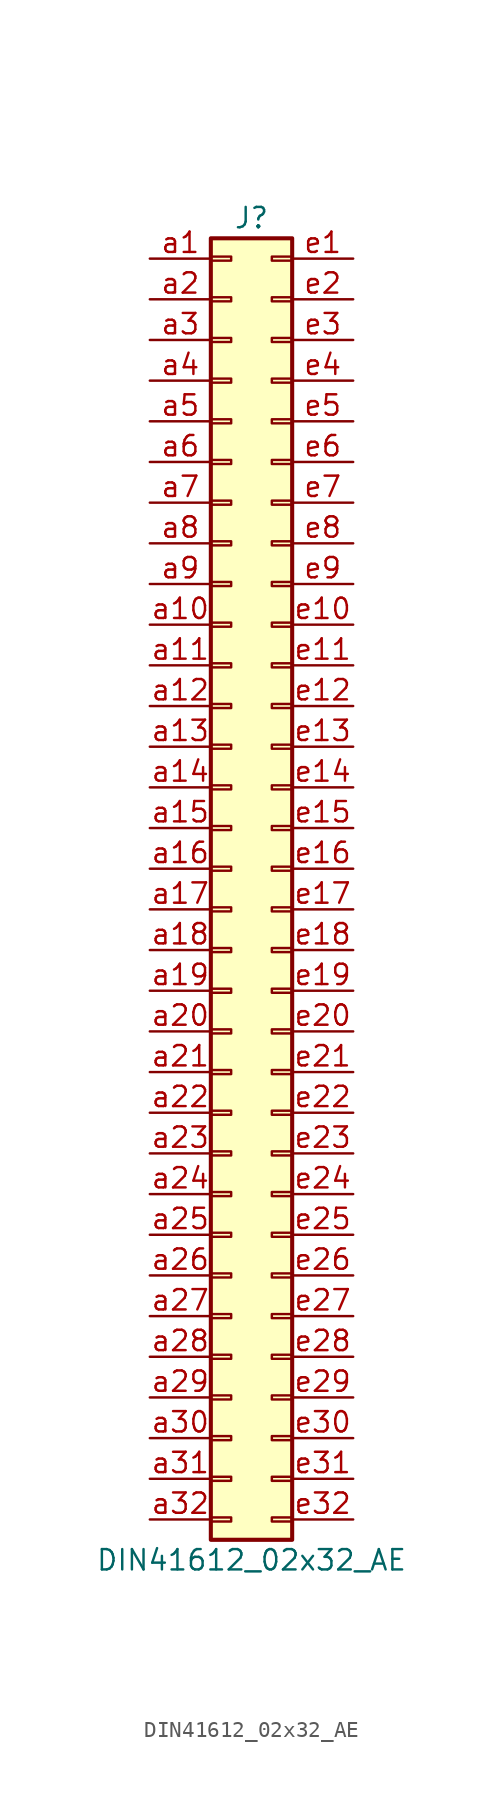
<source format=kicad_sym>
(kicad_symbol_lib
  (version 20211014)
  (generator kicad_symbol_editor)
  (symbol "DIN41612_02x32_AE"
    (pin_names
      (offset 1.016) hide)
    (property "Reference" "J"
      (at 1.27 40.64 0)
      (effects (font (size 1.27 1.27))))
    (property "Value" "DIN41612_02x32_AE"
      (at 1.27 -43.18 0)
      (effects (font (size 1.27 1.27))))
    (symbol "DIN41612_02x32_AE_1_1"
      (rectangle (start -1.27 -40.513) (end 0 -40.767) (stroke (width 0.152) (type default) (color 0 0 0 0)) (fill (type none)))
      (rectangle (start -1.27 -37.973) (end 0 -38.227) (stroke (width 0.152) (type default) (color 0 0 0 0)) (fill (type none)))
      (rectangle (start -1.27 -35.433) (end 0 -35.687) (stroke (width 0.152) (type default) (color 0 0 0 0)) (fill (type none)))
      (rectangle (start -1.27 -32.893) (end 0 -33.147) (stroke (width 0.152) (type default) (color 0 0 0 0)) (fill (type none)))
      (rectangle (start -1.27 -30.353) (end 0 -30.607) (stroke (width 0.152) (type default) (color 0 0 0 0)) (fill (type none)))
      (rectangle (start -1.27 -27.813) (end 0 -28.067) (stroke (width 0.152) (type default) (color 0 0 0 0)) (fill (type none)))
      (rectangle (start -1.27 -25.273) (end 0 -25.527) (stroke (width 0.152) (type default) (color 0 0 0 0)) (fill (type none)))
      (rectangle (start -1.27 -22.733) (end 0 -22.987) (stroke (width 0.152) (type default) (color 0 0 0 0)) (fill (type none)))
      (rectangle (start -1.27 -20.193) (end 0 -20.447) (stroke (width 0.152) (type default) (color 0 0 0 0)) (fill (type none)))
      (rectangle (start -1.27 -17.653) (end 0 -17.907) (stroke (width 0.152) (type default) (color 0 0 0 0)) (fill (type none)))
      (rectangle (start -1.27 -15.113) (end 0 -15.367) (stroke (width 0.152) (type default) (color 0 0 0 0)) (fill (type none)))
      (rectangle (start -1.27 -12.573) (end 0 -12.827) (stroke (width 0.152) (type default) (color 0 0 0 0)) (fill (type none)))
      (rectangle (start -1.27 -10.033) (end 0 -10.287) (stroke (width 0.152) (type default) (color 0 0 0 0)) (fill (type none)))
      (rectangle (start -1.27 -7.493) (end 0 -7.747) (stroke (width 0.152) (type default) (color 0 0 0 0)) (fill (type none)))
      (rectangle (start -1.27 -4.953) (end 0 -5.207) (stroke (width 0.152) (type default) (color 0 0 0 0)) (fill (type none)))
      (rectangle (start -1.27 -2.413) (end 0 -2.667) (stroke (width 0.152) (type default) (color 0 0 0 0)) (fill (type none)))
      (rectangle (start -1.27 0.127) (end 0 -0.127) (stroke (width 0.152) (type default) (color 0 0 0 0)) (fill (type none)))
      (rectangle (start -1.27 2.667) (end 0 2.413) (stroke (width 0.152) (type default) (color 0 0 0 0)) (fill (type none)))
      (rectangle (start -1.27 5.207) (end 0 4.953) (stroke (width 0.152) (type default) (color 0 0 0 0)) (fill (type none)))
      (rectangle (start -1.27 7.747) (end 0 7.493) (stroke (width 0.152) (type default) (color 0 0 0 0)) (fill (type none)))
      (rectangle (start -1.27 10.287) (end 0 10.033) (stroke (width 0.152) (type default) (color 0 0 0 0)) (fill (type none)))
      (rectangle (start -1.27 12.827) (end 0 12.573) (stroke (width 0.152) (type default) (color 0 0 0 0)) (fill (type none)))
      (rectangle (start -1.27 15.367) (end 0 15.113) (stroke (width 0.152) (type default) (color 0 0 0 0)) (fill (type none)))
      (rectangle (start -1.27 17.907) (end 0 17.653) (stroke (width 0.152) (type default) (color 0 0 0 0)) (fill (type none)))
      (rectangle (start -1.27 20.447) (end 0 20.193) (stroke (width 0.152) (type default) (color 0 0 0 0)) (fill (type none)))
      (rectangle (start -1.27 22.987) (end 0 22.733) (stroke (width 0.152) (type default) (color 0 0 0 0)) (fill (type none)))
      (rectangle (start -1.27 25.527) (end 0 25.273) (stroke (width 0.152) (type default) (color 0 0 0 0)) (fill (type none)))
      (rectangle (start -1.27 28.067) (end 0 27.813) (stroke (width 0.152) (type default) (color 0 0 0 0)) (fill (type none)))
      (rectangle (start -1.27 30.607) (end 0 30.353) (stroke (width 0.152) (type default) (color 0 0 0 0)) (fill (type none)))
      (rectangle (start -1.27 33.147) (end 0 32.893) (stroke (width 0.152) (type default) (color 0 0 0 0)) (fill (type none)))
      (rectangle (start -1.27 35.687) (end 0 35.433) (stroke (width 0.152) (type default) (color 0 0 0 0)) (fill (type none)))
      (rectangle (start -1.27 38.227) (end 0 37.973) (stroke (width 0.152) (type default) (color 0 0 0 0)) (fill (type none)))
      (rectangle (start -1.27 39.37) (end 3.81 -41.91) (stroke (width 0.254) (type default) (color 0 0 0 0)) (fill (type background)))
      (rectangle (start 3.81 -40.513) (end 2.54 -40.767) (stroke (width 0.152) (type default) (color 0 0 0 0)) (fill (type none)))
      (rectangle (start 3.81 -37.973) (end 2.54 -38.227) (stroke (width 0.152) (type default) (color 0 0 0 0)) (fill (type none)))
      (rectangle (start 3.81 -35.433) (end 2.54 -35.687) (stroke (width 0.152) (type default) (color 0 0 0 0)) (fill (type none)))
      (rectangle (start 3.81 -32.893) (end 2.54 -33.147) (stroke (width 0.152) (type default) (color 0 0 0 0)) (fill (type none)))
      (rectangle (start 3.81 -30.353) (end 2.54 -30.607) (stroke (width 0.152) (type default) (color 0 0 0 0)) (fill (type none)))
      (rectangle (start 3.81 -27.813) (end 2.54 -28.067) (stroke (width 0.152) (type default) (color 0 0 0 0)) (fill (type none)))
      (rectangle (start 3.81 -25.273) (end 2.54 -25.527) (stroke (width 0.152) (type default) (color 0 0 0 0)) (fill (type none)))
      (rectangle (start 3.81 -22.733) (end 2.54 -22.987) (stroke (width 0.152) (type default) (color 0 0 0 0)) (fill (type none)))
      (rectangle (start 3.81 -20.193) (end 2.54 -20.447) (stroke (width 0.152) (type default) (color 0 0 0 0)) (fill (type none)))
      (rectangle (start 3.81 -17.653) (end 2.54 -17.907) (stroke (width 0.152) (type default) (color 0 0 0 0)) (fill (type none)))
      (rectangle (start 3.81 -15.113) (end 2.54 -15.367) (stroke (width 0.152) (type default) (color 0 0 0 0)) (fill (type none)))
      (rectangle (start 3.81 -12.573) (end 2.54 -12.827) (stroke (width 0.152) (type default) (color 0 0 0 0)) (fill (type none)))
      (rectangle (start 3.81 -10.033) (end 2.54 -10.287) (stroke (width 0.152) (type default) (color 0 0 0 0)) (fill (type none)))
      (rectangle (start 3.81 -7.493) (end 2.54 -7.747) (stroke (width 0.152) (type default) (color 0 0 0 0)) (fill (type none)))
      (rectangle (start 3.81 -4.953) (end 2.54 -5.207) (stroke (width 0.152) (type default) (color 0 0 0 0)) (fill (type none)))
      (rectangle (start 3.81 -2.413) (end 2.54 -2.667) (stroke (width 0.152) (type default) (color 0 0 0 0)) (fill (type none)))
      (rectangle (start 3.81 0.127) (end 2.54 -0.127) (stroke (width 0.152) (type default) (color 0 0 0 0)) (fill (type none)))
      (rectangle (start 3.81 2.667) (end 2.54 2.413) (stroke (width 0.152) (type default) (color 0 0 0 0)) (fill (type none)))
      (rectangle (start 3.81 5.207) (end 2.54 4.953) (stroke (width 0.152) (type default) (color 0 0 0 0)) (fill (type none)))
      (rectangle (start 3.81 7.747) (end 2.54 7.493) (stroke (width 0.152) (type default) (color 0 0 0 0)) (fill (type none)))
      (rectangle (start 3.81 10.287) (end 2.54 10.033) (stroke (width 0.152) (type default) (color 0 0 0 0)) (fill (type none)))
      (rectangle (start 3.81 12.827) (end 2.54 12.573) (stroke (width 0.152) (type default) (color 0 0 0 0)) (fill (type none)))
      (rectangle (start 3.81 15.367) (end 2.54 15.113) (stroke (width 0.152) (type default) (color 0 0 0 0)) (fill (type none)))
      (rectangle (start 3.81 17.907) (end 2.54 17.653) (stroke (width 0.152) (type default) (color 0 0 0 0)) (fill (type none)))
      (rectangle (start 3.81 20.447) (end 2.54 20.193) (stroke (width 0.152) (type default) (color 0 0 0 0)) (fill (type none)))
      (rectangle (start 3.81 22.987) (end 2.54 22.733) (stroke (width 0.152) (type default) (color 0 0 0 0)) (fill (type none)))
      (rectangle (start 3.81 25.527) (end 2.54 25.273) (stroke (width 0.152) (type default) (color 0 0 0 0)) (fill (type none)))
      (rectangle (start 3.81 28.067) (end 2.54 27.813) (stroke (width 0.152) (type default) (color 0 0 0 0)) (fill (type none)))
      (rectangle (start 3.81 30.607) (end 2.54 30.353) (stroke (width 0.152) (type default) (color 0 0 0 0)) (fill (type none)))
      (rectangle (start 3.81 33.147) (end 2.54 32.893) (stroke (width 0.152) (type default) (color 0 0 0 0)) (fill (type none)))
      (rectangle (start 3.81 35.687) (end 2.54 35.433) (stroke (width 0.152) (type default) (color 0 0 0 0)) (fill (type none)))
      (rectangle (start 3.81 38.227) (end 2.54 37.973) (stroke (width 0.152) (type default) (color 0 0 0 0)) (fill (type none)))
      (pin passive line (at -5.08 38.1 0) (length 3.81) (name "Pin_a1" (effects (font (size 1.27 1.27)))) (number "a1" (effects (font (size 1.27 1.27)))))
      (pin passive line (at -5.08 15.24 0) (length 3.81) (name "Pin_a10" (effects (font (size 1.27 1.27)))) (number "a10" (effects (font (size 1.27 1.27)))))
      (pin passive line (at -5.08 12.7 0) (length 3.81) (name "Pin_a11" (effects (font (size 1.27 1.27)))) (number "a11" (effects (font (size 1.27 1.27)))))
      (pin passive line (at -5.08 10.16 0) (length 3.81) (name "Pin_a12" (effects (font (size 1.27 1.27)))) (number "a12" (effects (font (size 1.27 1.27)))))
      (pin passive line (at -5.08 7.62 0) (length 3.81) (name "Pin_a13" (effects (font (size 1.27 1.27)))) (number "a13" (effects (font (size 1.27 1.27)))))
      (pin passive line (at -5.08 5.08 0) (length 3.81) (name "Pin_a14" (effects (font (size 1.27 1.27)))) (number "a14" (effects (font (size 1.27 1.27)))))
      (pin passive line (at -5.08 2.54 0) (length 3.81) (name "Pin_a15" (effects (font (size 1.27 1.27)))) (number "a15" (effects (font (size 1.27 1.27)))))
      (pin passive line (at -5.08 0 0) (length 3.81) (name "Pin_a16" (effects (font (size 1.27 1.27)))) (number "a16" (effects (font (size 1.27 1.27)))))
      (pin passive line (at -5.08 -2.54 0) (length 3.81) (name "Pin_a17" (effects (font (size 1.27 1.27)))) (number "a17" (effects (font (size 1.27 1.27)))))
      (pin passive line (at -5.08 -5.08 0) (length 3.81) (name "Pin_a18" (effects (font (size 1.27 1.27)))) (number "a18" (effects (font (size 1.27 1.27)))))
      (pin passive line (at -5.08 -7.62 0) (length 3.81) (name "Pin_a19" (effects (font (size 1.27 1.27)))) (number "a19" (effects (font (size 1.27 1.27)))))
      (pin passive line (at -5.08 35.56 0) (length 3.81) (name "Pin_a2" (effects (font (size 1.27 1.27)))) (number "a2" (effects (font (size 1.27 1.27)))))
      (pin passive line (at -5.08 -10.16 0) (length 3.81) (name "Pin_a20" (effects (font (size 1.27 1.27)))) (number "a20" (effects (font (size 1.27 1.27)))))
      (pin passive line (at -5.08 -12.7 0) (length 3.81) (name "Pin_a21" (effects (font (size 1.27 1.27)))) (number "a21" (effects (font (size 1.27 1.27)))))
      (pin passive line (at -5.08 -15.24 0) (length 3.81) (name "Pin_a22" (effects (font (size 1.27 1.27)))) (number "a22" (effects (font (size 1.27 1.27)))))
      (pin passive line (at -5.08 -17.78 0) (length 3.81) (name "Pin_a23" (effects (font (size 1.27 1.27)))) (number "a23" (effects (font (size 1.27 1.27)))))
      (pin passive line (at -5.08 -20.32 0) (length 3.81) (name "Pin_a24" (effects (font (size 1.27 1.27)))) (number "a24" (effects (font (size 1.27 1.27)))))
      (pin passive line (at -5.08 -22.86 0) (length 3.81) (name "Pin_a25" (effects (font (size 1.27 1.27)))) (number "a25" (effects (font (size 1.27 1.27)))))
      (pin passive line (at -5.08 -25.4 0) (length 3.81) (name "Pin_a26" (effects (font (size 1.27 1.27)))) (number "a26" (effects (font (size 1.27 1.27)))))
      (pin passive line (at -5.08 -27.94 0) (length 3.81) (name "Pin_a27" (effects (font (size 1.27 1.27)))) (number "a27" (effects (font (size 1.27 1.27)))))
      (pin passive line (at -5.08 -30.48 0) (length 3.81) (name "Pin_a28" (effects (font (size 1.27 1.27)))) (number "a28" (effects (font (size 1.27 1.27)))))
      (pin passive line (at -5.08 -33.02 0) (length 3.81) (name "Pin_a29" (effects (font (size 1.27 1.27)))) (number "a29" (effects (font (size 1.27 1.27)))))
      (pin passive line (at -5.08 33.02 0) (length 3.81) (name "Pin_a3" (effects (font (size 1.27 1.27)))) (number "a3" (effects (font (size 1.27 1.27)))))
      (pin passive line (at -5.08 -35.56 0) (length 3.81) (name "Pin_a30" (effects (font (size 1.27 1.27)))) (number "a30" (effects (font (size 1.27 1.27)))))
      (pin passive line (at -5.08 -38.1 0) (length 3.81) (name "Pin_a31" (effects (font (size 1.27 1.27)))) (number "a31" (effects (font (size 1.27 1.27)))))
      (pin passive line (at -5.08 -40.64 0) (length 3.81) (name "Pin_a32" (effects (font (size 1.27 1.27)))) (number "a32" (effects (font (size 1.27 1.27)))))
      (pin passive line (at -5.08 30.48 0) (length 3.81) (name "Pin_a4" (effects (font (size 1.27 1.27)))) (number "a4" (effects (font (size 1.27 1.27)))))
      (pin passive line (at -5.08 27.94 0) (length 3.81) (name "Pin_a5" (effects (font (size 1.27 1.27)))) (number "a5" (effects (font (size 1.27 1.27)))))
      (pin passive line (at -5.08 25.4 0) (length 3.81) (name "Pin_a6" (effects (font (size 1.27 1.27)))) (number "a6" (effects (font (size 1.27 1.27)))))
      (pin passive line (at -5.08 22.86 0) (length 3.81) (name "Pin_a7" (effects (font (size 1.27 1.27)))) (number "a7" (effects (font (size 1.27 1.27)))))
      (pin passive line (at -5.08 20.32 0) (length 3.81) (name "Pin_a8" (effects (font (size 1.27 1.27)))) (number "a8" (effects (font (size 1.27 1.27)))))
      (pin passive line (at -5.08 17.78 0) (length 3.81) (name "Pin_a9" (effects (font (size 1.27 1.27)))) (number "a9" (effects (font (size 1.27 1.27)))))
      (pin passive line (at 7.62 38.1 180) (length 3.81) (name "Pin_e1" (effects (font (size 1.27 1.27)))) (number "e1" (effects (font (size 1.27 1.27)))))
      (pin passive line (at 7.62 15.24 180) (length 3.81) (name "Pin_e10" (effects (font (size 1.27 1.27)))) (number "e10" (effects (font (size 1.27 1.27)))))
      (pin passive line (at 7.62 12.7 180) (length 3.81) (name "Pin_e11" (effects (font (size 1.27 1.27)))) (number "e11" (effects (font (size 1.27 1.27)))))
      (pin passive line (at 7.62 10.16 180) (length 3.81) (name "Pin_e12" (effects (font (size 1.27 1.27)))) (number "e12" (effects (font (size 1.27 1.27)))))
      (pin passive line (at 7.62 7.62 180) (length 3.81) (name "Pin_e13" (effects (font (size 1.27 1.27)))) (number "e13" (effects (font (size 1.27 1.27)))))
      (pin passive line (at 7.62 5.08 180) (length 3.81) (name "Pin_e14" (effects (font (size 1.27 1.27)))) (number "e14" (effects (font (size 1.27 1.27)))))
      (pin passive line (at 7.62 2.54 180) (length 3.81) (name "Pin_e15" (effects (font (size 1.27 1.27)))) (number "e15" (effects (font (size 1.27 1.27)))))
      (pin passive line (at 7.62 0 180) (length 3.81) (name "Pin_e16" (effects (font (size 1.27 1.27)))) (number "e16" (effects (font (size 1.27 1.27)))))
      (pin passive line (at 7.62 -2.54 180) (length 3.81) (name "Pin_e17" (effects (font (size 1.27 1.27)))) (number "e17" (effects (font (size 1.27 1.27)))))
      (pin passive line (at 7.62 -5.08 180) (length 3.81) (name "Pin_e18" (effects (font (size 1.27 1.27)))) (number "e18" (effects (font (size 1.27 1.27)))))
      (pin passive line (at 7.62 -7.62 180) (length 3.81) (name "Pin_e19" (effects (font (size 1.27 1.27)))) (number "e19" (effects (font (size 1.27 1.27)))))
      (pin passive line (at 7.62 35.56 180) (length 3.81) (name "Pin_e2" (effects (font (size 1.27 1.27)))) (number "e2" (effects (font (size 1.27 1.27)))))
      (pin passive line (at 7.62 -10.16 180) (length 3.81) (name "Pin_e20" (effects (font (size 1.27 1.27)))) (number "e20" (effects (font (size 1.27 1.27)))))
      (pin passive line (at 7.62 -12.7 180) (length 3.81) (name "Pin_e21" (effects (font (size 1.27 1.27)))) (number "e21" (effects (font (size 1.27 1.27)))))
      (pin passive line (at 7.62 -15.24 180) (length 3.81) (name "Pin_e22" (effects (font (size 1.27 1.27)))) (number "e22" (effects (font (size 1.27 1.27)))))
      (pin passive line (at 7.62 -17.78 180) (length 3.81) (name "Pin_e23" (effects (font (size 1.27 1.27)))) (number "e23" (effects (font (size 1.27 1.27)))))
      (pin passive line (at 7.62 -20.32 180) (length 3.81) (name "Pin_e24" (effects (font (size 1.27 1.27)))) (number "e24" (effects (font (size 1.27 1.27)))))
      (pin passive line (at 7.62 -22.86 180) (length 3.81) (name "Pin_e25" (effects (font (size 1.27 1.27)))) (number "e25" (effects (font (size 1.27 1.27)))))
      (pin passive line (at 7.62 -25.4 180) (length 3.81) (name "Pin_e26" (effects (font (size 1.27 1.27)))) (number "e26" (effects (font (size 1.27 1.27)))))
      (pin passive line (at 7.62 -27.94 180) (length 3.81) (name "Pin_e27" (effects (font (size 1.27 1.27)))) (number "e27" (effects (font (size 1.27 1.27)))))
      (pin passive line (at 7.62 -30.48 180) (length 3.81) (name "Pin_e28" (effects (font (size 1.27 1.27)))) (number "e28" (effects (font (size 1.27 1.27)))))
      (pin passive line (at 7.62 -33.02 180) (length 3.81) (name "Pin_e29" (effects (font (size 1.27 1.27)))) (number "e29" (effects (font (size 1.27 1.27)))))
      (pin passive line (at 7.62 33.02 180) (length 3.81) (name "Pin_e3" (effects (font (size 1.27 1.27)))) (number "e3" (effects (font (size 1.27 1.27)))))
      (pin passive line (at 7.62 -35.56 180) (length 3.81) (name "Pin_e30" (effects (font (size 1.27 1.27)))) (number "e30" (effects (font (size 1.27 1.27)))))
      (pin passive line (at 7.62 -38.1 180) (length 3.81) (name "Pin_e31" (effects (font (size 1.27 1.27)))) (number "e31" (effects (font (size 1.27 1.27)))))
      (pin passive line (at 7.62 -40.64 180) (length 3.81) (name "Pin_e32" (effects (font (size 1.27 1.27)))) (number "e32" (effects (font (size 1.27 1.27)))))
      (pin passive line (at 7.62 30.48 180) (length 3.81) (name "Pin_e4" (effects (font (size 1.27 1.27)))) (number "e4" (effects (font (size 1.27 1.27)))))
      (pin passive line (at 7.62 27.94 180) (length 3.81) (name "Pin_e5" (effects (font (size 1.27 1.27)))) (number "e5" (effects (font (size 1.27 1.27)))))
      (pin passive line (at 7.62 25.4 180) (length 3.81) (name "Pin_e6" (effects (font (size 1.27 1.27)))) (number "e6" (effects (font (size 1.27 1.27)))))
      (pin passive line (at 7.62 22.86 180) (length 3.81) (name "Pin_e7" (effects (font (size 1.27 1.27)))) (number "e7" (effects (font (size 1.27 1.27)))))
      (pin passive line (at 7.62 20.32 180) (length 3.81) (name "Pin_e8" (effects (font (size 1.27 1.27)))) (number "e8" (effects (font (size 1.27 1.27)))))
      (pin passive line (at 7.62 17.78 180) (length 3.81) (name "Pin_e9" (effects (font (size 1.27 1.27)))) (number "e9" (effects (font (size 1.27 1.27))))))))
</source>
